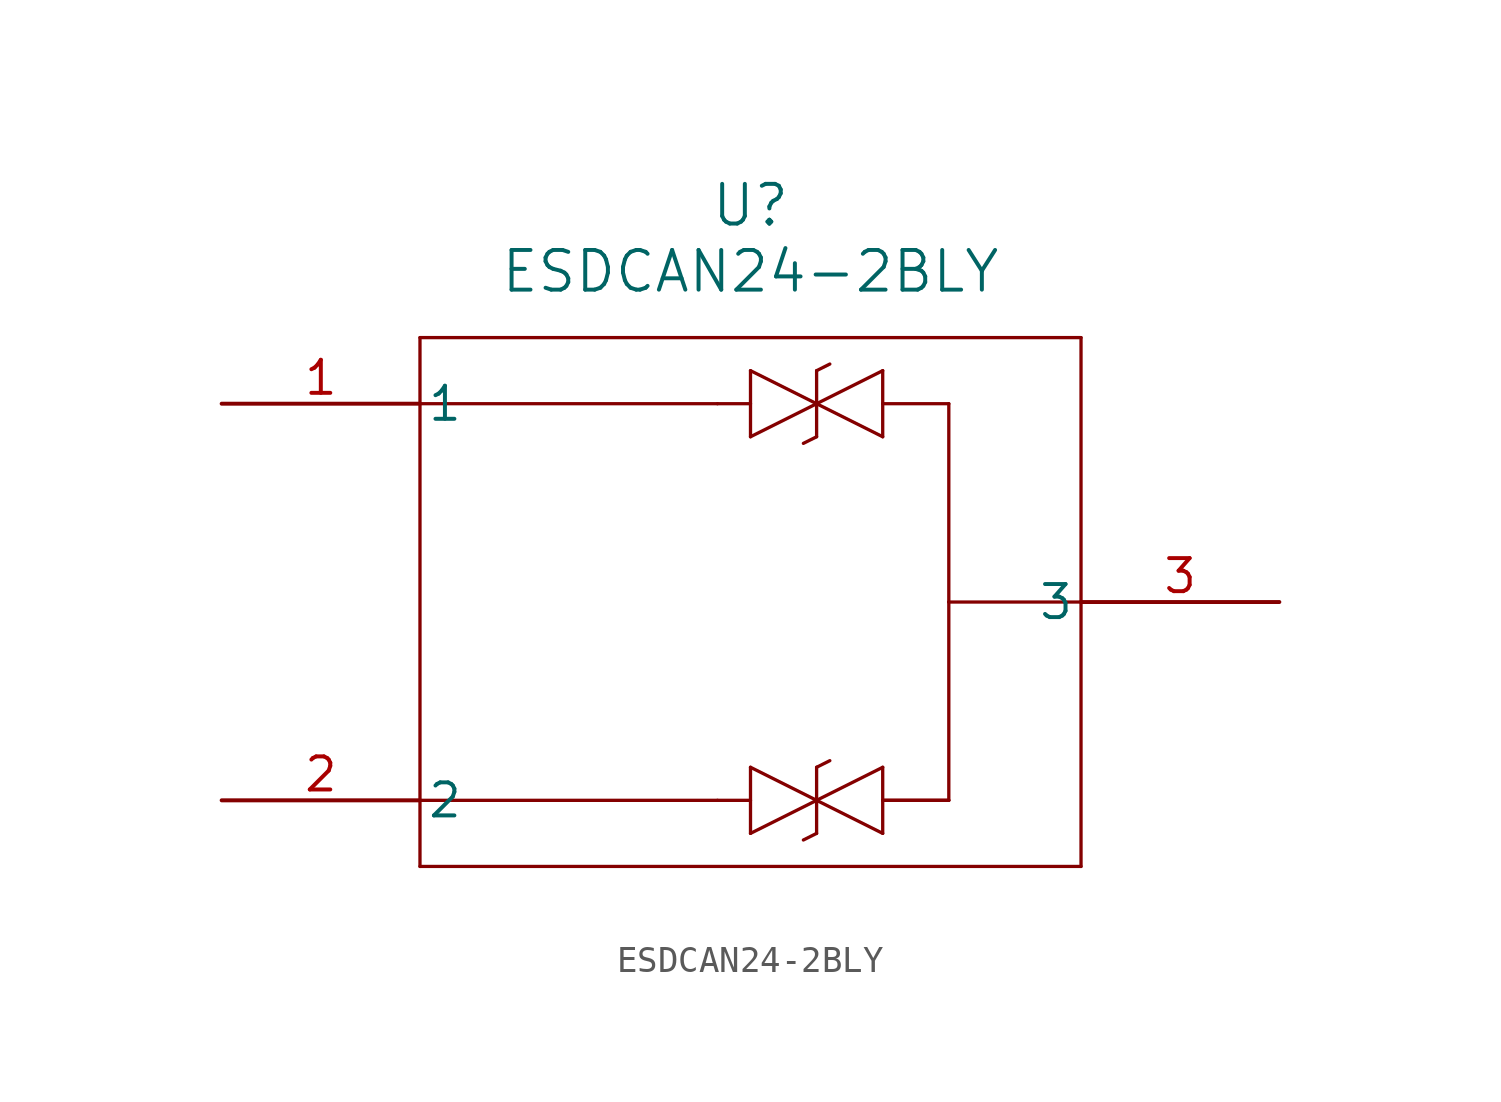
<source format=kicad_sym>
(kicad_symbol_lib
  (version 20211014)
  (generator kicad_symbol_editor)
  (symbol "ESDCAN24-2BLY"
    (pin_names
      (offset 0.254))
    (property "Reference" "U"
      (at 20.32 7.62 0)
      (effects (font (size 1.524 1.524))))
    (property "Value" "ESDCAN24-2BLY"
      (at 20.32 5.08 0)
      (effects (font (size 1.524 1.524))))
    (symbol "ESDCAN24-2BLY_0_1"
      (polyline (pts (xy 7.62 2.54) (xy 7.62 -17.78)) (stroke (width 0.127) (type default) (color 0 0 0 0)) (fill (type none)))
      (polyline (pts (xy 7.62 -17.78) (xy 33.02 -17.78)) (stroke (width 0.127) (type default) (color 0 0 0 0)) (fill (type none)))
      (polyline (pts (xy 33.02 -17.78) (xy 33.02 2.54)) (stroke (width 0.127) (type default) (color 0 0 0 0)) (fill (type none)))
      (polyline (pts (xy 33.02 2.54) (xy 7.62 2.54)) (stroke (width 0.127) (type default) (color 0 0 0 0)) (fill (type none)))
      (polyline (pts (xy 33.02 -7.62) (xy 27.94 -7.62)) (stroke (width 0.127) (type default) (color 0 0 0 0)) (fill (type none)))
      (polyline (pts (xy 27.94 -7.62) (xy 27.94 0)) (stroke (width 0.127) (type default) (color 0 0 0 0)) (fill (type none)))
      (polyline (pts (xy 27.94 0) (xy 25.4 0)) (stroke (width 0.127) (type default) (color 0 0 0 0)) (fill (type none)))
      (polyline (pts (xy 27.94 -7.62) (xy 27.94 -15.24)) (stroke (width 0.127) (type default) (color 0 0 0 0)) (fill (type none)))
      (polyline (pts (xy 27.94 -15.24) (xy 25.4 -15.24)) (stroke (width 0.127) (type default) (color 0 0 0 0)) (fill (type none)))
      (polyline (pts (xy 25.4 1.27) (xy 25.4 -1.27)) (stroke (width 0.127) (type default) (color 0 0 0 0)) (fill (type none)))
      (polyline (pts (xy 25.4 1.27) (xy 22.86 0)) (stroke (width 0.127) (type default) (color 0 0 0 0)) (fill (type none)))
      (polyline (pts (xy 25.4 -1.27) (xy 22.86 0)) (stroke (width 0.127) (type default) (color 0 0 0 0)) (fill (type none)))
      (polyline (pts (xy 22.86 0) (xy 20.32 1.27)) (stroke (width 0.127) (type default) (color 0 0 0 0)) (fill (type none)))
      (polyline (pts (xy 20.32 1.27) (xy 20.32 -1.27)) (stroke (width 0.127) (type default) (color 0 0 0 0)) (fill (type none)))
      (polyline (pts (xy 22.86 0) (xy 20.32 -1.27)) (stroke (width 0.127) (type default) (color 0 0 0 0)) (fill (type none)))
      (polyline (pts (xy 19.05 0) (xy 7.62 0)) (stroke (width 0.127) (type default) (color 0 0 0 0)) (fill (type none)))
      (polyline (pts (xy 19.05 0) (xy 20.32 0)) (stroke (width 0.127) (type default) (color 0 0 0 0)) (fill (type none)))
      (polyline (pts (xy 22.86 1.27) (xy 22.86 -1.27)) (stroke (width 0.127) (type default) (color 0 0 0 0)) (fill (type none)))
      (polyline (pts (xy 27.94 -15.24) (xy 25.4 -15.24)) (stroke (width 0.127) (type default) (color 0 0 0 0)) (fill (type none)))
      (polyline (pts (xy 25.4 -13.97) (xy 25.4 -16.51)) (stroke (width 0.127) (type default) (color 0 0 0 0)) (fill (type none)))
      (polyline (pts (xy 25.4 -13.97) (xy 22.86 -15.24)) (stroke (width 0.127) (type default) (color 0 0 0 0)) (fill (type none)))
      (polyline (pts (xy 25.4 -16.51) (xy 22.86 -15.24)) (stroke (width 0.127) (type default) (color 0 0 0 0)) (fill (type none)))
      (polyline (pts (xy 22.86 -15.24) (xy 20.32 -13.97)) (stroke (width 0.127) (type default) (color 0 0 0 0)) (fill (type none)))
      (polyline (pts (xy 20.32 -13.97) (xy 20.32 -16.51)) (stroke (width 0.127) (type default) (color 0 0 0 0)) (fill (type none)))
      (polyline (pts (xy 22.86 -15.24) (xy 20.32 -16.51)) (stroke (width 0.127) (type default) (color 0 0 0 0)) (fill (type none)))
      (polyline (pts (xy 19.05 -15.24) (xy 20.32 -15.24)) (stroke (width 0.127) (type default) (color 0 0 0 0)) (fill (type none)))
      (polyline (pts (xy 22.86 -13.97) (xy 22.86 -16.51)) (stroke (width 0.127) (type default) (color 0 0 0 0)) (fill (type none)))
      (polyline (pts (xy 19.05 -15.24) (xy 7.62 -15.24)) (stroke (width 0.127) (type default) (color 0 0 0 0)) (fill (type none)))
      (polyline (pts (xy 22.86 -16.51) (xy 22.352 -16.764)) (stroke (width 0.127) (type default) (color 0 0 0 0)) (fill (type none)))
      (polyline (pts (xy 22.86 -13.97) (xy 23.368 -13.716)) (stroke (width 0.127) (type default) (color 0 0 0 0)) (fill (type none)))
      (polyline (pts (xy 22.86 1.27) (xy 23.368 1.524)) (stroke (width 0.127) (type default) (color 0 0 0 0)) (fill (type none)))
      (polyline (pts (xy 22.86 -1.27) (xy 22.352 -1.524)) (stroke (width 0.127) (type default) (color 0 0 0 0)) (fill (type none)))
      (pin unspecified line (at 0 0 0) (length 7.62) (name "1" (effects (font (size 1.27 1.27)))) (number "1" (effects (font (size 1.27 1.27)))))
      (pin unspecified line (at 0 -15.24 0) (length 7.62) (name "2" (effects (font (size 1.27 1.27)))) (number "2" (effects (font (size 1.27 1.27)))))
      (pin unspecified line (at 40.64 -7.62 180) (length 7.62) (name "3" (effects (font (size 1.27 1.27)))) (number "3" (effects (font (size 1.27 1.27))))))))
</source>
